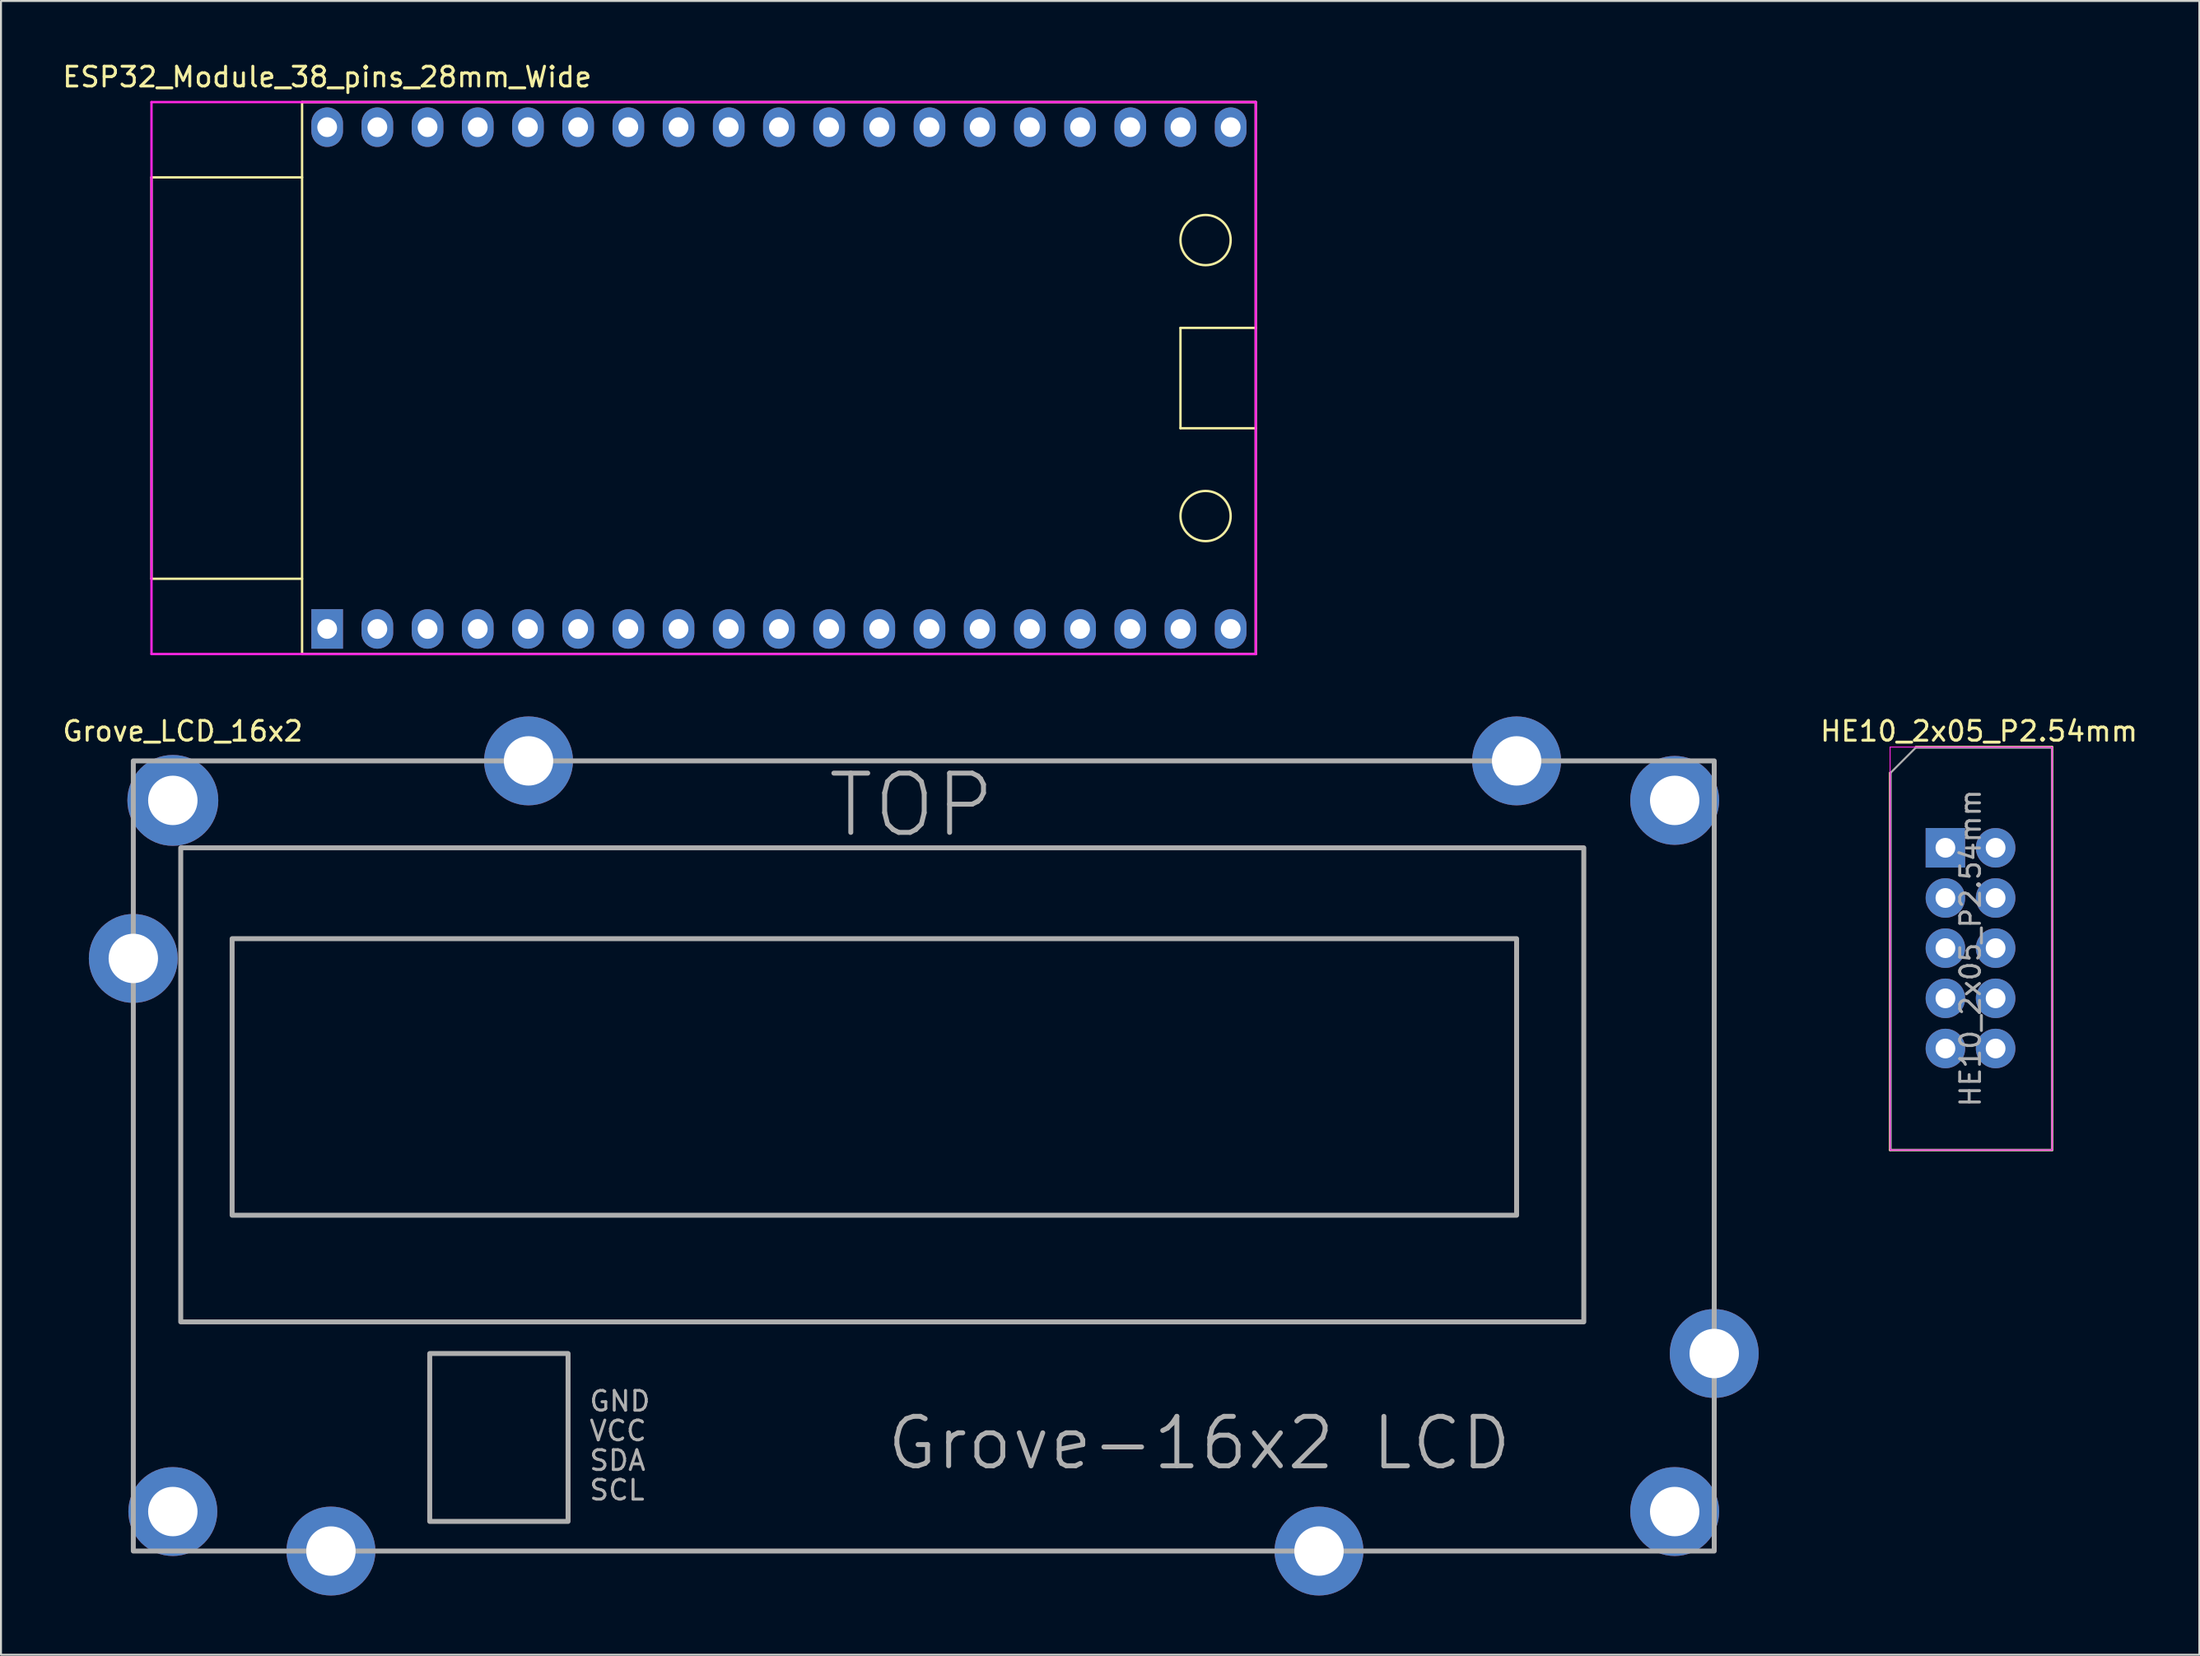
<source format=kicad_pcb>
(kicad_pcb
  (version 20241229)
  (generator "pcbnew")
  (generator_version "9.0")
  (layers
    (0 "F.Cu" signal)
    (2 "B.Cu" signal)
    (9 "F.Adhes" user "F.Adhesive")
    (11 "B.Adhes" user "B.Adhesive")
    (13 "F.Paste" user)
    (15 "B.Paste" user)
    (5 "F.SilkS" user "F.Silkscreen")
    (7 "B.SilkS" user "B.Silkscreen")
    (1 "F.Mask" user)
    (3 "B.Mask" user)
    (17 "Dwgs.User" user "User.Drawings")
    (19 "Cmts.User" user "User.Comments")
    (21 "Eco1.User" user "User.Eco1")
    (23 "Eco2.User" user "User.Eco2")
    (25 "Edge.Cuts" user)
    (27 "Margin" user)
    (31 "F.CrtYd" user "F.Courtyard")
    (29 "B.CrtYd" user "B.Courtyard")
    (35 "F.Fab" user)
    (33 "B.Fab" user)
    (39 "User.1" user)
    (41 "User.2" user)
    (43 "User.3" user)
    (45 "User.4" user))
  (footprint "HE10_2x05_P2.54mm"
    (layer "F.Cu")
    (at 95.395 39.867)
    (property "Reference" "HE10_2x05_P2.54mm" (at 1.7 -5.9 0) (layer "F.SilkS") (effects (font (size 1 1) (thickness 0.15))))
    (attr through_hole)
    (fp_line (start -2.8 15.3) (end -2.8 -3.8) (stroke (width 0.12) (type solid)) (layer "F.SilkS"))
    (fp_line (start -1.5 -5.1) (end 5.4 -5.1) (stroke (width 0.12) (type solid)) (layer "F.SilkS"))
    (fp_line (start 5.4 -5.1) (end 5.4 15.3) (stroke (width 0.12) (type solid)) (layer "F.SilkS"))
    (fp_line (start 5.4 15.3) (end -2.8 15.3) (stroke (width 0.12) (type solid)) (layer "F.SilkS"))
    (fp_line (start -2.8 -5.1) (end -2.8 15.3) (stroke (width 0.05) (type solid)) (layer "F.CrtYd"))
    (fp_line (start -2.8 15.3) (end 5.4 15.3) (stroke (width 0.05) (type solid)) (layer "F.CrtYd"))
    (fp_line (start 5.4 -5.1) (end -2.8 -5.1) (stroke (width 0.05) (type solid)) (layer "F.CrtYd"))
    (fp_line (start 5.4 15.3) (end 5.4 -5.1) (stroke (width 0.05) (type solid)) (layer "F.CrtYd"))
    (fp_line (start -2.77 -3.8) (end -1.5 -5.07) (stroke (width 0.1) (type solid)) (layer "F.Fab"))
    (fp_line (start -2.77 15.3) (end -2.77 -3.8) (stroke (width 0.1) (type solid)) (layer "F.Fab"))
    (fp_line (start -1.5 -5.07) (end 5.4 -5.07) (stroke (width 0.1) (type solid)) (layer "F.Fab"))
    (fp_line (start 5.4 -5.07) (end 5.4 15.3) (stroke (width 0.1) (type solid)) (layer "F.Fab"))
    (fp_line (start 5.4 15.3) (end -2.78 15.3) (stroke (width 0.1) (type solid)) (layer "F.Fab"))
    (fp_text user "${REFERENCE}" (at 1.27 5.08 90) (layer "F.Fab") (effects (font (size 1 1) (thickness 0.15))))
    (pad "1" thru_hole rect (at 0 0) (size 2 2) (drill 1) (layers "*.Cu" "*.Mask"))
    (pad "2" thru_hole oval (at 2.54 0) (size 2 2) (drill 1) (layers "*.Cu" "*.Mask"))
    (pad "3" thru_hole oval (at 0 2.54) (size 2 2) (drill 1) (layers "*.Cu" "*.Mask"))
    (pad "4" thru_hole oval (at 2.54 2.54) (size 2 2) (drill 1) (layers "*.Cu" "*.Mask"))
    (pad "5" thru_hole oval (at 0 5.08) (size 2 2) (drill 1) (layers "*.Cu" "*.Mask"))
    (pad "6" thru_hole oval (at 2.54 5.08) (size 2 2) (drill 1) (layers "*.Cu" "*.Mask"))
    (pad "7" thru_hole oval (at 0 7.62) (size 2 2) (drill 1) (layers "*.Cu" "*.Mask"))
    (pad "8" thru_hole oval (at 2.54 7.62) (size 2 2) (drill 1) (layers "*.Cu" "*.Mask"))
    (pad "9" thru_hole oval (at 0 10.16) (size 2 2) (drill 1) (layers "*.Cu" "*.Mask"))
    (pad "10" thru_hole oval (at 2.54 10.16) (size 2 2) (drill 1) (layers "*.Cu" "*.Mask")))
  (footprint "ESP32_Module_38_pins_28mm_Wide"
    (layer "F.Cu")
    (at 13.506 28.788)
    (property "Reference" "ESP32_Module_38_pins_28mm_Wide" (at 0 -27.94 0) (unlocked yes) (layer "F.SilkS") (effects (font (size 1 1) (thickness 0.15))))
    (attr through_hole)
    (fp_line (start -8.89 -22.86) (end -8.89 -2.54) (stroke (width 0.12) (type solid)) (layer "F.SilkS"))
    (fp_line (start -8.89 -2.54) (end -1.27 -2.54) (stroke (width 0.12) (type solid)) (layer "F.SilkS"))
    (fp_line (start -1.27 -26.67) (end 46.99 -26.67) (stroke (width 0.12) (type solid)) (layer "F.SilkS"))
    (fp_line (start -1.27 -22.86) (end -8.89 -22.86) (stroke (width 0.12) (type solid)) (layer "F.SilkS"))
    (fp_line (start -1.27 1.27) (end -1.27 -26.67) (stroke (width 0.12) (type solid)) (layer "F.SilkS"))
    (fp_line (start 43.18 -15.24) (end 43.18 -10.16) (stroke (width 0.12) (type solid)) (layer "F.SilkS"))
    (fp_line (start 43.18 -10.16) (end 46.99 -10.16) (stroke (width 0.12) (type solid)) (layer "F.SilkS"))
    (fp_line (start 46.99 -26.67) (end 46.99 1.27) (stroke (width 0.12) (type solid)) (layer "F.SilkS"))
    (fp_line (start 46.99 -15.24) (end 43.18 -15.24) (stroke (width 0.12) (type solid)) (layer "F.SilkS"))
    (fp_line (start 46.99 1.27) (end -1.27 1.27) (stroke (width 0.12) (type solid)) (layer "F.SilkS"))
    (fp_circle (center 44.45 -19.685) (end 45.72 -19.685) (stroke (width 0.12) (type solid)) (fill no) (layer "F.SilkS"))
    (fp_circle (center 44.45 -5.715) (end 45.72 -5.715) (stroke (width 0.12) (type solid)) (fill no) (layer "F.SilkS"))
    (fp_line (start -8.89 -26.67) (end 46.99 -26.67) (stroke (width 0.12) (type solid)) (layer "F.CrtYd"))
    (fp_line (start -8.89 1.27) (end -8.89 -26.67) (stroke (width 0.12) (type solid)) (layer "F.CrtYd"))
    (fp_line (start 46.99 -26.67) (end 46.99 1.27) (stroke (width 0.12) (type solid)) (layer "F.CrtYd"))
    (fp_line (start 46.99 1.27) (end -8.89 1.27) (stroke (width 0.12) (type solid)) (layer "F.CrtYd"))
    (pad "1" thru_hole rect (at 0 0) (size 1.6 2) (drill 1) (layers "*.Cu" "*.Mask"))
    (pad "2" thru_hole oval (at 2.54 0) (size 1.6 2) (drill 1) (layers "*.Cu" "*.Mask"))
    (pad "3" thru_hole oval (at 5.08 0) (size 1.6 2) (drill 1) (layers "*.Cu" "*.Mask"))
    (pad "4" thru_hole oval (at 7.62 0) (size 1.6 2) (drill 1) (layers "*.Cu" "*.Mask"))
    (pad "5" thru_hole oval (at 10.16 0) (size 1.6 2) (drill 1) (layers "*.Cu" "*.Mask"))
    (pad "6" thru_hole oval (at 12.7 0) (size 1.6 2) (drill 1) (layers "*.Cu" "*.Mask"))
    (pad "7" thru_hole oval (at 15.24 0) (size 1.6 2) (drill 1) (layers "*.Cu" "*.Mask"))
    (pad "8" thru_hole oval (at 17.78 0) (size 1.6 2) (drill 1) (layers "*.Cu" "*.Mask"))
    (pad "9" thru_hole oval (at 20.32 0) (size 1.6 2) (drill 1) (layers "*.Cu" "*.Mask"))
    (pad "10" thru_hole oval (at 22.86 0) (size 1.6 2) (drill 1) (layers "*.Cu" "*.Mask"))
    (pad "11" thru_hole oval (at 25.4 0) (size 1.6 2) (drill 1) (layers "*.Cu" "*.Mask"))
    (pad "12" thru_hole oval (at 27.94 0) (size 1.6 2) (drill 1) (layers "*.Cu" "*.Mask"))
    (pad "13" thru_hole oval (at 30.48 0) (size 1.6 2) (drill 1) (layers "*.Cu" "*.Mask"))
    (pad "14" thru_hole oval (at 33.02 0) (size 1.6 2) (drill 1) (layers "*.Cu" "*.Mask"))
    (pad "15" thru_hole oval (at 35.56 0) (size 1.6 2) (drill 1) (layers "*.Cu" "*.Mask"))
    (pad "16" thru_hole oval (at 38.1 0) (size 1.6 2) (drill 1) (layers "*.Cu" "*.Mask"))
    (pad "17" thru_hole oval (at 40.64 0) (size 1.6 2) (drill 1) (layers "*.Cu" "*.Mask"))
    (pad "18" thru_hole oval (at 43.18 0) (size 1.6 2) (drill 1) (layers "*.Cu" "*.Mask"))
    (pad "19" thru_hole oval (at 45.72 0) (size 1.6 2) (drill 1) (layers "*.Cu" "*.Mask"))
    (pad "20" thru_hole oval (at 45.72 -25.4) (size 1.6 2) (drill 1) (layers "*.Cu" "*.Mask"))
    (pad "21" thru_hole oval (at 43.18 -25.4) (size 1.6 2) (drill 1) (layers "*.Cu" "*.Mask"))
    (pad "22" thru_hole oval (at 40.64 -25.4) (size 1.6 2) (drill 1) (layers "*.Cu" "*.Mask"))
    (pad "23" thru_hole oval (at 38.1 -25.4) (size 1.6 2) (drill 1) (layers "*.Cu" "*.Mask"))
    (pad "24" thru_hole oval (at 35.56 -25.4) (size 1.6 2) (drill 1) (layers "*.Cu" "*.Mask"))
    (pad "25" thru_hole oval (at 33.02 -25.4) (size 1.6 2) (drill 1) (layers "*.Cu" "*.Mask"))
    (pad "26" thru_hole oval (at 30.48 -25.4) (size 1.6 2) (drill 1) (layers "*.Cu" "*.Mask"))
    (pad "27" thru_hole oval (at 27.94 -25.4) (size 1.6 2) (drill 1) (layers "*.Cu" "*.Mask"))
    (pad "28" thru_hole oval (at 25.4 -25.4) (size 1.6 2) (drill 1) (layers "*.Cu" "*.Mask"))
    (pad "29" thru_hole oval (at 22.86 -25.4) (size 1.6 2) (drill 1) (layers "*.Cu" "*.Mask"))
    (pad "30" thru_hole oval (at 20.32 -25.4) (size 1.6 2) (drill 1) (layers "*.Cu" "*.Mask"))
    (pad "31" thru_hole oval (at 17.78 -25.4) (size 1.6 2) (drill 1) (layers "*.Cu" "*.Mask"))
    (pad "32" thru_hole oval (at 15.24 -25.4) (size 1.6 2) (drill 1) (layers "*.Cu" "*.Mask"))
    (pad "33" thru_hole oval (at 12.7 -25.4) (size 1.6 2) (drill 1) (layers "*.Cu" "*.Mask"))
    (pad "34" thru_hole oval (at 10.16 -25.4) (size 1.6 2) (drill 1) (layers "*.Cu" "*.Mask"))
    (pad "35" thru_hole oval (at 7.62 -25.4) (size 1.6 2) (drill 1) (layers "*.Cu" "*.Mask"))
    (pad "36" thru_hole oval (at 5.08 -25.4) (size 1.6 2) (drill 1) (layers "*.Cu" "*.Mask"))
    (pad "37" thru_hole oval (at 2.54 -25.4) (size 1.6 2) (drill 1) (layers "*.Cu" "*.Mask"))
    (pad "38" thru_hole oval (at 0 -25.4) (size 1.6 2) (drill 1) (layers "*.Cu" "*.Mask")))
  (footprint "Grove_LCD_16x2"
    (layer "F.Cu")
    (at 5.696 37.467)
    (property "Reference" "Grove_LCD_16x2" (at 0.5 -3.5 0) (unlocked yes) (layer "F.SilkS") (effects (font (size 1 1) (thickness 0.15))))
    (attr through_hole)
    (fp_rect (start -2 -2) (end 78 38) (stroke (width 0.25) (type default)) (fill no) (layer "F.Fab"))
    (fp_rect (start 0.4 2.4) (end 71.4 26.4) (stroke (width 0.25) (type default)) (fill no) (layer "F.Fab"))
    (fp_rect (start 3 7) (end 68 21) (stroke (width 0.25) (type default)) (fill no) (layer "F.Fab"))
    (fp_rect (start 13 28) (end 20 36.5) (stroke (width 0.25) (type default)) (fill no) (layer "F.Fab"))
    (fp_text user "TOP" (at 33 2 0) (unlocked yes) (layer "F.Fab") (effects (font (size 3 3) (thickness 0.25)) (justify left bottom)))
    (fp_text user "SCL" (at 21 35.5 0) (unlocked yes) (layer "F.Fab") (effects (font (size 1 1) (thickness 0.15)) (justify left bottom)))
    (fp_text user "VCC" (at 21 32.5 0) (unlocked yes) (layer "F.Fab") (effects (font (size 1 1) (thickness 0.15)) (justify left bottom)))
    (fp_text user "SDA" (at 21 34 0) (unlocked yes) (layer "F.Fab") (effects (font (size 1 1) (thickness 0.15)) (justify left bottom)))
    (fp_text user "Grove-16x2 LCD" (at 36 34 0) (unlocked yes) (layer "F.Fab") (effects (font (size 2.5 2.5) (thickness 0.25)) (justify left bottom)))
    (fp_text user "GND" (at 21 31 0) (unlocked yes) (layer "F.Fab") (effects (font (size 1 1) (thickness 0.15)) (justify left bottom)))
    (pad "1" thru_hole circle (at 0 0) (size 4.6 4.6) (drill 2.5) (layers "*.Cu" "*.Mask"))
    (pad "1" thru_hole circle (at 0 36) (size 4.5 4.5) (drill 2.5) (layers "*.Cu" "*.Mask"))
    (pad "1" thru_hole circle (at 8 38) (size 4.5 4.5) (drill 2.5) (layers "*.Cu" "*.Mask"))
    (pad "1" thru_hole circle (at 18 -2) (size 4.5 4.5) (drill 2.5) (layers "*.Cu" "*.Mask"))
    (pad "1" thru_hole circle (at 58 38) (size 4.5 4.5) (drill 2.5) (layers "*.Cu" "*.Mask"))
    (pad "1" thru_hole circle (at 68 -2) (size 4.5 4.5) (drill 2.5) (layers "*.Cu" "*.Mask"))
    (pad "1" thru_hole circle (at 76 0) (size 4.5 4.5) (drill 2.5) (layers "*.Cu" "*.Mask"))
    (pad "1" thru_hole circle (at 76 36) (size 4.5 4.5) (drill 2.5) (layers "*.Cu" "*.Mask"))
    (pad "1" thru_hole circle (at 78 28) (size 4.5 4.5) (drill 2.5) (layers "*.Cu" "*.Mask"))
    (pad "7" thru_hole circle (at -2 8) (size 4.5 4.5) (drill 2.5) (layers "*.Cu" "*.Mask")))
  (gr_rect
    (start -3 -3)
    (end 108.244 80.716)
    (stroke (width 0.1) (type default))
    (fill no)
    (layer "Edge.Cuts")))
</source>
